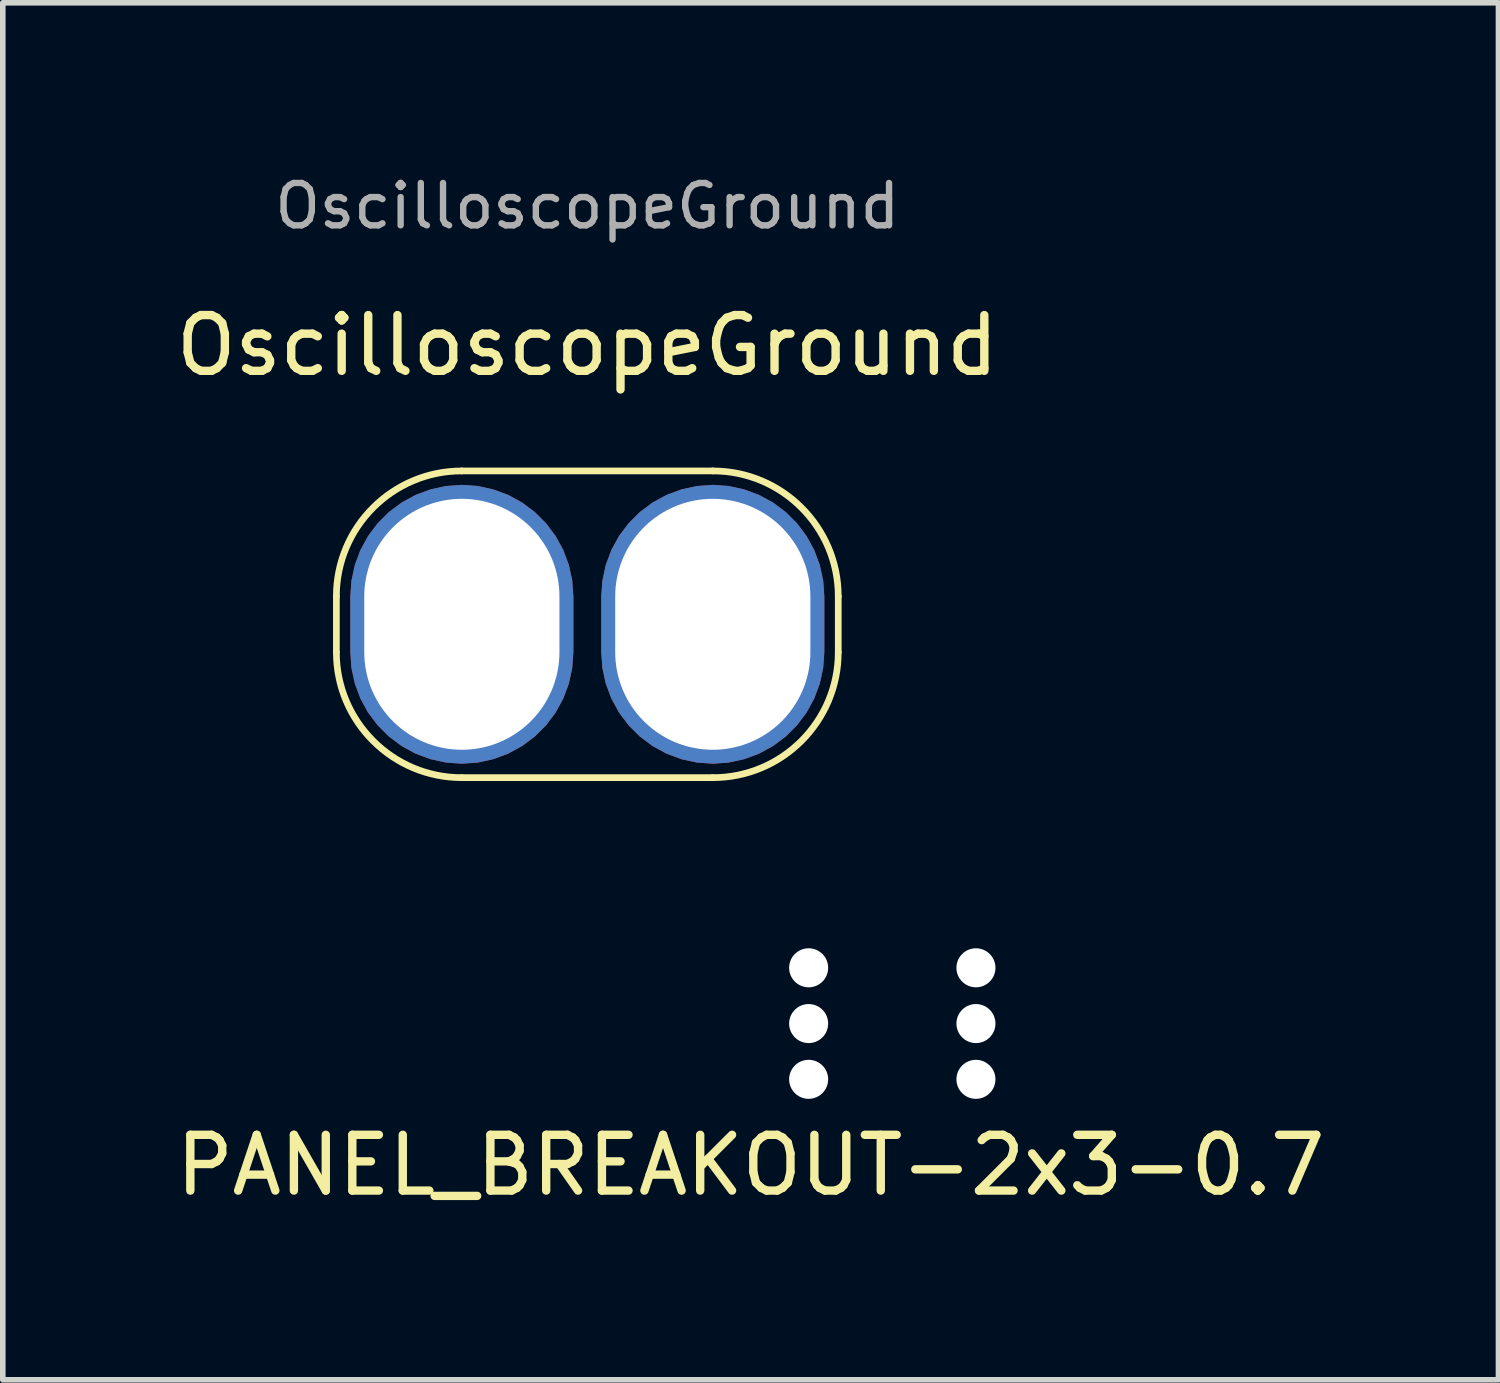
<source format=kicad_pcb>
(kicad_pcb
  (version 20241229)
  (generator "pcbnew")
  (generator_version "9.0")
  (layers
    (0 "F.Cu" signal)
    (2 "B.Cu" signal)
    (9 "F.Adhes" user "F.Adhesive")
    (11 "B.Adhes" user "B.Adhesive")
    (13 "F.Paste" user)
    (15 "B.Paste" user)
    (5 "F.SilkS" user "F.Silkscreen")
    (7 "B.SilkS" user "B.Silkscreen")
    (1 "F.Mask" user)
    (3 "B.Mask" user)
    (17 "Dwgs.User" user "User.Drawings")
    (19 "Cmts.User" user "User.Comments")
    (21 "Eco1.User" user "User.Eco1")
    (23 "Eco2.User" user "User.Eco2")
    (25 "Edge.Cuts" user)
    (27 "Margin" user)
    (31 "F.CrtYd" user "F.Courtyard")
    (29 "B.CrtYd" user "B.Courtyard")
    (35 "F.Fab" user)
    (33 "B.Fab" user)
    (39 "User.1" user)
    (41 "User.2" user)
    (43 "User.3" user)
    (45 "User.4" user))
  (footprint "OscilloscopeGround"
    (layer "F.Cu")
    (at 7.482 8.145)
    (property "Reference" "OscilloscopeGround" (at 0 -5 0) (layer "F.SilkS") (effects (font (size 1 1) (thickness 0.15))))
    (attr through_hole exclude_from_pos_files exclude_from_bom)
    (fp_line (start -4.5 -0.5) (end -4.5 0.5) (stroke (width 0.12) (type default)) (layer "F.SilkS"))
    (fp_line (start -2.25 -2.75) (end 2.25 -2.75) (stroke (width 0.12) (type default)) (layer "F.SilkS"))
    (fp_line (start -2.25 2.75) (end 2.25 2.75) (stroke (width 0.12) (type default)) (layer "F.SilkS"))
    (fp_line (start 4.5 0.5) (end 4.5 -0.5) (stroke (width 0.12) (type default)) (layer "F.SilkS"))
    (fp_arc (start -4.5 -0.5) (mid -3.84099 -2.09099) (end -2.25 -2.75) (stroke (width 0.12) (type default)) (layer "F.SilkS"))
    (fp_arc (start -2.25 2.75) (mid -3.84099 2.09099) (end -4.5 0.5) (stroke (width 0.12) (type default)) (layer "F.SilkS"))
    (fp_arc (start 2.25 -2.75) (mid 3.84099 -2.09099) (end 4.5 -0.5) (stroke (width 0.12) (type default)) (layer "F.SilkS"))
    (fp_arc (start 4.5 0.5) (mid 3.84099 2.09099) (end 2.25 2.75) (stroke (width 0.12) (type default)) (layer "F.SilkS"))
    (fp_text user "${REFERENCE}" (at 0 -7.5 180) (layer "F.Fab") (effects (font (size 0.76 0.76) (thickness 0.114))))
    (pad "1" thru_hole roundrect (at -2.25 0) (size 4 5) (drill oval 3.5 4.5) (layers "*.Cu" "*.Mask") (roundrect_rratio 0.5))
    (pad "2" thru_hole roundrect (at 2.25 0) (size 4 5) (drill oval 3.5 4.5) (layers "*.Cu" "*.Mask") (roundrect_rratio 0.5)))
  (footprint "PANEL_BREAKOUT-2x3-0.7"
    (layer "F.Cu")
    (at 12.951 15.305)
    (property "Reference" "PANEL_BREAKOUT-2x3-0.7" (at -2.54 2.54 180) (layer "F.SilkS") (effects (font (size 1 1) (thickness 0.15))))
    (attr through_hole)
    (pad "" np_thru_hole circle (at -1.5 -1) (size 0.7 0.7) (drill 0.7) (layers "*.Cu" "*.Mask"))
    (pad "" np_thru_hole circle (at -1.5 0) (size 0.7 0.7) (drill 0.7) (layers "*.Cu" "*.Mask"))
    (pad "" np_thru_hole circle (at -1.5 1) (size 0.7 0.7) (drill 0.7) (layers "*.Cu" "*.Mask"))
    (pad "" np_thru_hole circle (at 1.5 -1) (size 0.7 0.7) (drill 0.7) (layers "*.Cu" "*.Mask"))
    (pad "" np_thru_hole circle (at 1.5 0) (size 0.7 0.7) (drill 0.7) (layers "*.Cu" "*.Mask"))
    (pad "" np_thru_hole circle (at 1.5 1) (size 0.7 0.7) (drill 0.7) (layers "*.Cu" "*.Mask")))
  (gr_rect
    (start -3 -3)
    (end 23.821 21.693)
    (stroke (width 0.1) (type default))
    (fill no)
    (layer "Edge.Cuts")))
</source>
